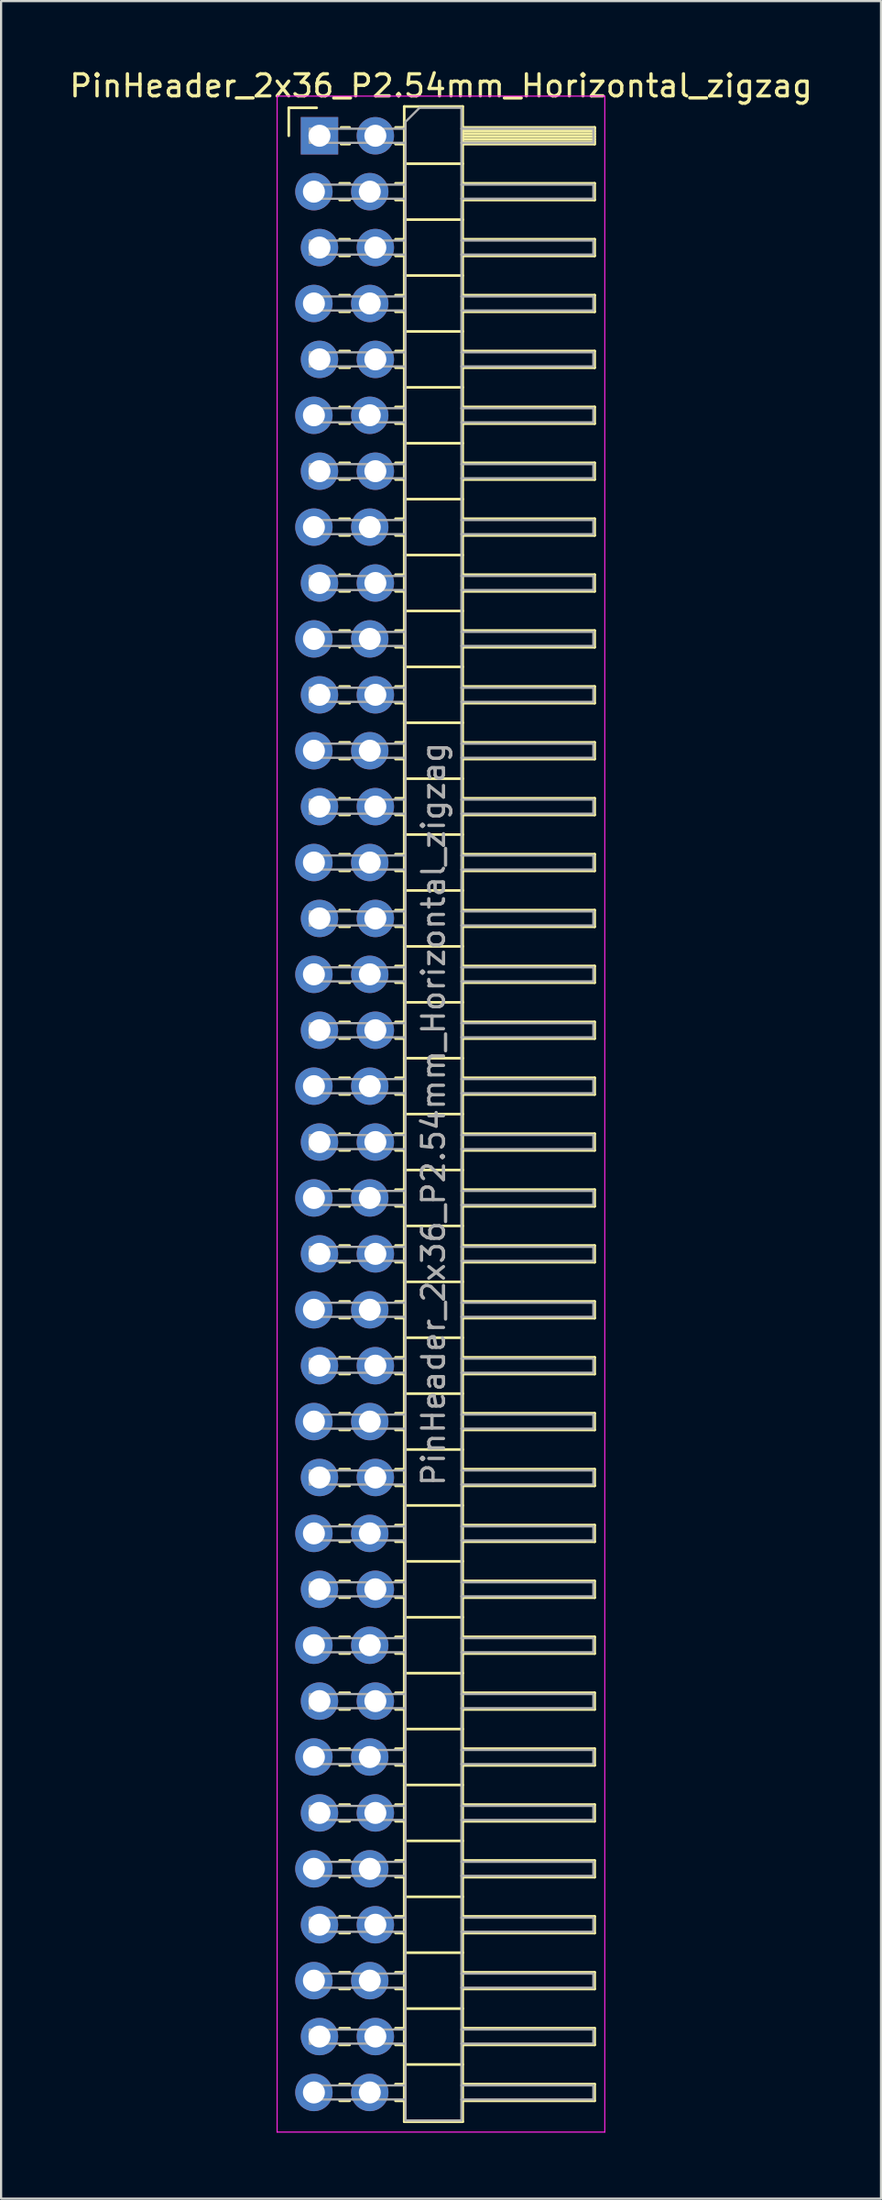
<source format=kicad_pcb>
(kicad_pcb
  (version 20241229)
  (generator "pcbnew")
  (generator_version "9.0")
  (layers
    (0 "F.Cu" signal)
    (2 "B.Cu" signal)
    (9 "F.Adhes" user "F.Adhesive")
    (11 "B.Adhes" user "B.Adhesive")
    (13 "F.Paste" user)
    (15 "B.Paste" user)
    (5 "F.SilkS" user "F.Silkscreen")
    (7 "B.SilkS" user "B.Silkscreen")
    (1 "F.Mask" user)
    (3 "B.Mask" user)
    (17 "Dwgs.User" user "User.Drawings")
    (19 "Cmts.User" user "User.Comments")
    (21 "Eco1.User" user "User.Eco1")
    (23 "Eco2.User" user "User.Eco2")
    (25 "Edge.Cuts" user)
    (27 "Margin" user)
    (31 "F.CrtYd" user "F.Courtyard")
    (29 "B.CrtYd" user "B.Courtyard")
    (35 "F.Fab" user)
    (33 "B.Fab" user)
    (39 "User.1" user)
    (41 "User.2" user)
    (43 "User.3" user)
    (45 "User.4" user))
  (footprint "PinHeader_2x36_P2.54mm_Horizontal_zigzag"
    (layer "F.Cu")
    (at 11.351 3.118)
    (property "Reference" "PinHeader_2x36_P2.54mm_Horizontal_zigzag" (at 5.655 -2.27 0) (layer "F.SilkS") (effects (font (size 1 1) (thickness 0.15))))
    (attr through_hole)
    (fp_line (start -1.27 -1.27) (end 0 -1.27) (stroke (width 0.12) (type solid)) (layer "F.SilkS"))
    (fp_line (start -1.27 0) (end -1.27 -1.27) (stroke (width 0.12) (type solid)) (layer "F.SilkS"))
    (fp_line (start 1.043 2.16) (end 1.497 2.16) (stroke (width 0.12) (type solid)) (layer "F.SilkS"))
    (fp_line (start 1.043 2.92) (end 1.497 2.92) (stroke (width 0.12) (type solid)) (layer "F.SilkS"))
    (fp_line (start 1.043 4.7) (end 1.497 4.7) (stroke (width 0.12) (type solid)) (layer "F.SilkS"))
    (fp_line (start 1.043 5.46) (end 1.497 5.46) (stroke (width 0.12) (type solid)) (layer "F.SilkS"))
    (fp_line (start 1.043 7.24) (end 1.497 7.24) (stroke (width 0.12) (type solid)) (layer "F.SilkS"))
    (fp_line (start 1.043 8) (end 1.497 8) (stroke (width 0.12) (type solid)) (layer "F.SilkS"))
    (fp_line (start 1.043 9.78) (end 1.497 9.78) (stroke (width 0.12) (type solid)) (layer "F.SilkS"))
    (fp_line (start 1.043 10.54) (end 1.497 10.54) (stroke (width 0.12) (type solid)) (layer "F.SilkS"))
    (fp_line (start 1.043 12.32) (end 1.497 12.32) (stroke (width 0.12) (type solid)) (layer "F.SilkS"))
    (fp_line (start 1.043 13.08) (end 1.497 13.08) (stroke (width 0.12) (type solid)) (layer "F.SilkS"))
    (fp_line (start 1.043 14.86) (end 1.497 14.86) (stroke (width 0.12) (type solid)) (layer "F.SilkS"))
    (fp_line (start 1.043 15.62) (end 1.497 15.62) (stroke (width 0.12) (type solid)) (layer "F.SilkS"))
    (fp_line (start 1.043 17.4) (end 1.497 17.4) (stroke (width 0.12) (type solid)) (layer "F.SilkS"))
    (fp_line (start 1.043 18.16) (end 1.497 18.16) (stroke (width 0.12) (type solid)) (layer "F.SilkS"))
    (fp_line (start 1.043 19.94) (end 1.497 19.94) (stroke (width 0.12) (type solid)) (layer "F.SilkS"))
    (fp_line (start 1.043 20.7) (end 1.497 20.7) (stroke (width 0.12) (type solid)) (layer "F.SilkS"))
    (fp_line (start 1.043 22.48) (end 1.497 22.48) (stroke (width 0.12) (type solid)) (layer "F.SilkS"))
    (fp_line (start 1.043 23.24) (end 1.497 23.24) (stroke (width 0.12) (type solid)) (layer "F.SilkS"))
    (fp_line (start 1.043 25.02) (end 1.497 25.02) (stroke (width 0.12) (type solid)) (layer "F.SilkS"))
    (fp_line (start 1.043 25.78) (end 1.497 25.78) (stroke (width 0.12) (type solid)) (layer "F.SilkS"))
    (fp_line (start 1.043 27.56) (end 1.497 27.56) (stroke (width 0.12) (type solid)) (layer "F.SilkS"))
    (fp_line (start 1.043 28.32) (end 1.497 28.32) (stroke (width 0.12) (type solid)) (layer "F.SilkS"))
    (fp_line (start 1.043 30.1) (end 1.497 30.1) (stroke (width 0.12) (type solid)) (layer "F.SilkS"))
    (fp_line (start 1.043 30.86) (end 1.497 30.86) (stroke (width 0.12) (type solid)) (layer "F.SilkS"))
    (fp_line (start 1.043 32.64) (end 1.497 32.64) (stroke (width 0.12) (type solid)) (layer "F.SilkS"))
    (fp_line (start 1.043 33.4) (end 1.497 33.4) (stroke (width 0.12) (type solid)) (layer "F.SilkS"))
    (fp_line (start 1.043 35.18) (end 1.497 35.18) (stroke (width 0.12) (type solid)) (layer "F.SilkS"))
    (fp_line (start 1.043 35.94) (end 1.497 35.94) (stroke (width 0.12) (type solid)) (layer "F.SilkS"))
    (fp_line (start 1.043 37.72) (end 1.497 37.72) (stroke (width 0.12) (type solid)) (layer "F.SilkS"))
    (fp_line (start 1.043 38.48) (end 1.497 38.48) (stroke (width 0.12) (type solid)) (layer "F.SilkS"))
    (fp_line (start 1.043 40.26) (end 1.497 40.26) (stroke (width 0.12) (type solid)) (layer "F.SilkS"))
    (fp_line (start 1.043 41.02) (end 1.497 41.02) (stroke (width 0.12) (type solid)) (layer "F.SilkS"))
    (fp_line (start 1.043 42.8) (end 1.497 42.8) (stroke (width 0.12) (type solid)) (layer "F.SilkS"))
    (fp_line (start 1.043 43.56) (end 1.497 43.56) (stroke (width 0.12) (type solid)) (layer "F.SilkS"))
    (fp_line (start 1.043 45.34) (end 1.497 45.34) (stroke (width 0.12) (type solid)) (layer "F.SilkS"))
    (fp_line (start 1.043 46.1) (end 1.497 46.1) (stroke (width 0.12) (type solid)) (layer "F.SilkS"))
    (fp_line (start 1.043 47.88) (end 1.497 47.88) (stroke (width 0.12) (type solid)) (layer "F.SilkS"))
    (fp_line (start 1.043 48.64) (end 1.497 48.64) (stroke (width 0.12) (type solid)) (layer "F.SilkS"))
    (fp_line (start 1.043 50.42) (end 1.497 50.42) (stroke (width 0.12) (type solid)) (layer "F.SilkS"))
    (fp_line (start 1.043 51.18) (end 1.497 51.18) (stroke (width 0.12) (type solid)) (layer "F.SilkS"))
    (fp_line (start 1.043 52.96) (end 1.497 52.96) (stroke (width 0.12) (type solid)) (layer "F.SilkS"))
    (fp_line (start 1.043 53.72) (end 1.497 53.72) (stroke (width 0.12) (type solid)) (layer "F.SilkS"))
    (fp_line (start 1.043 55.5) (end 1.497 55.5) (stroke (width 0.12) (type solid)) (layer "F.SilkS"))
    (fp_line (start 1.043 56.26) (end 1.497 56.26) (stroke (width 0.12) (type solid)) (layer "F.SilkS"))
    (fp_line (start 1.043 58.04) (end 1.497 58.04) (stroke (width 0.12) (type solid)) (layer "F.SilkS"))
    (fp_line (start 1.043 58.8) (end 1.497 58.8) (stroke (width 0.12) (type solid)) (layer "F.SilkS"))
    (fp_line (start 1.043 60.58) (end 1.497 60.58) (stroke (width 0.12) (type solid)) (layer "F.SilkS"))
    (fp_line (start 1.043 61.34) (end 1.497 61.34) (stroke (width 0.12) (type solid)) (layer "F.SilkS"))
    (fp_line (start 1.043 63.12) (end 1.497 63.12) (stroke (width 0.12) (type solid)) (layer "F.SilkS"))
    (fp_line (start 1.043 63.88) (end 1.497 63.88) (stroke (width 0.12) (type solid)) (layer "F.SilkS"))
    (fp_line (start 1.043 65.66) (end 1.497 65.66) (stroke (width 0.12) (type solid)) (layer "F.SilkS"))
    (fp_line (start 1.043 66.42) (end 1.497 66.42) (stroke (width 0.12) (type solid)) (layer "F.SilkS"))
    (fp_line (start 1.043 68.2) (end 1.497 68.2) (stroke (width 0.12) (type solid)) (layer "F.SilkS"))
    (fp_line (start 1.043 68.96) (end 1.497 68.96) (stroke (width 0.12) (type solid)) (layer "F.SilkS"))
    (fp_line (start 1.043 70.74) (end 1.497 70.74) (stroke (width 0.12) (type solid)) (layer "F.SilkS"))
    (fp_line (start 1.043 71.5) (end 1.497 71.5) (stroke (width 0.12) (type solid)) (layer "F.SilkS"))
    (fp_line (start 1.043 73.28) (end 1.497 73.28) (stroke (width 0.12) (type solid)) (layer "F.SilkS"))
    (fp_line (start 1.043 74.04) (end 1.497 74.04) (stroke (width 0.12) (type solid)) (layer "F.SilkS"))
    (fp_line (start 1.043 75.82) (end 1.497 75.82) (stroke (width 0.12) (type solid)) (layer "F.SilkS"))
    (fp_line (start 1.043 76.58) (end 1.497 76.58) (stroke (width 0.12) (type solid)) (layer "F.SilkS"))
    (fp_line (start 1.043 78.36) (end 1.497 78.36) (stroke (width 0.12) (type solid)) (layer "F.SilkS"))
    (fp_line (start 1.043 79.12) (end 1.497 79.12) (stroke (width 0.12) (type solid)) (layer "F.SilkS"))
    (fp_line (start 1.043 80.9) (end 1.497 80.9) (stroke (width 0.12) (type solid)) (layer "F.SilkS"))
    (fp_line (start 1.043 81.66) (end 1.497 81.66) (stroke (width 0.12) (type solid)) (layer "F.SilkS"))
    (fp_line (start 1.043 83.44) (end 1.497 83.44) (stroke (width 0.12) (type solid)) (layer "F.SilkS"))
    (fp_line (start 1.043 84.2) (end 1.497 84.2) (stroke (width 0.12) (type solid)) (layer "F.SilkS"))
    (fp_line (start 1.043 85.98) (end 1.497 85.98) (stroke (width 0.12) (type solid)) (layer "F.SilkS"))
    (fp_line (start 1.043 86.74) (end 1.497 86.74) (stroke (width 0.12) (type solid)) (layer "F.SilkS"))
    (fp_line (start 1.043 88.52) (end 1.497 88.52) (stroke (width 0.12) (type solid)) (layer "F.SilkS"))
    (fp_line (start 1.043 89.28) (end 1.497 89.28) (stroke (width 0.12) (type solid)) (layer "F.SilkS"))
    (fp_line (start 1.11 -0.38) (end 1.497 -0.38) (stroke (width 0.12) (type solid)) (layer "F.SilkS"))
    (fp_line (start 1.11 0.38) (end 1.497 0.38) (stroke (width 0.12) (type solid)) (layer "F.SilkS"))
    (fp_line (start 3.583 -0.38) (end 3.98 -0.38) (stroke (width 0.12) (type solid)) (layer "F.SilkS"))
    (fp_line (start 3.583 0.38) (end 3.98 0.38) (stroke (width 0.12) (type solid)) (layer "F.SilkS"))
    (fp_line (start 3.583 2.16) (end 3.98 2.16) (stroke (width 0.12) (type solid)) (layer "F.SilkS"))
    (fp_line (start 3.583 2.92) (end 3.98 2.92) (stroke (width 0.12) (type solid)) (layer "F.SilkS"))
    (fp_line (start 3.583 4.7) (end 3.98 4.7) (stroke (width 0.12) (type solid)) (layer "F.SilkS"))
    (fp_line (start 3.583 5.46) (end 3.98 5.46) (stroke (width 0.12) (type solid)) (layer "F.SilkS"))
    (fp_line (start 3.583 7.24) (end 3.98 7.24) (stroke (width 0.12) (type solid)) (layer "F.SilkS"))
    (fp_line (start 3.583 8) (end 3.98 8) (stroke (width 0.12) (type solid)) (layer "F.SilkS"))
    (fp_line (start 3.583 9.78) (end 3.98 9.78) (stroke (width 0.12) (type solid)) (layer "F.SilkS"))
    (fp_line (start 3.583 10.54) (end 3.98 10.54) (stroke (width 0.12) (type solid)) (layer "F.SilkS"))
    (fp_line (start 3.583 12.32) (end 3.98 12.32) (stroke (width 0.12) (type solid)) (layer "F.SilkS"))
    (fp_line (start 3.583 13.08) (end 3.98 13.08) (stroke (width 0.12) (type solid)) (layer "F.SilkS"))
    (fp_line (start 3.583 14.86) (end 3.98 14.86) (stroke (width 0.12) (type solid)) (layer "F.SilkS"))
    (fp_line (start 3.583 15.62) (end 3.98 15.62) (stroke (width 0.12) (type solid)) (layer "F.SilkS"))
    (fp_line (start 3.583 17.4) (end 3.98 17.4) (stroke (width 0.12) (type solid)) (layer "F.SilkS"))
    (fp_line (start 3.583 18.16) (end 3.98 18.16) (stroke (width 0.12) (type solid)) (layer "F.SilkS"))
    (fp_line (start 3.583 19.94) (end 3.98 19.94) (stroke (width 0.12) (type solid)) (layer "F.SilkS"))
    (fp_line (start 3.583 20.7) (end 3.98 20.7) (stroke (width 0.12) (type solid)) (layer "F.SilkS"))
    (fp_line (start 3.583 22.48) (end 3.98 22.48) (stroke (width 0.12) (type solid)) (layer "F.SilkS"))
    (fp_line (start 3.583 23.24) (end 3.98 23.24) (stroke (width 0.12) (type solid)) (layer "F.SilkS"))
    (fp_line (start 3.583 25.02) (end 3.98 25.02) (stroke (width 0.12) (type solid)) (layer "F.SilkS"))
    (fp_line (start 3.583 25.78) (end 3.98 25.78) (stroke (width 0.12) (type solid)) (layer "F.SilkS"))
    (fp_line (start 3.583 27.56) (end 3.98 27.56) (stroke (width 0.12) (type solid)) (layer "F.SilkS"))
    (fp_line (start 3.583 28.32) (end 3.98 28.32) (stroke (width 0.12) (type solid)) (layer "F.SilkS"))
    (fp_line (start 3.583 30.1) (end 3.98 30.1) (stroke (width 0.12) (type solid)) (layer "F.SilkS"))
    (fp_line (start 3.583 30.86) (end 3.98 30.86) (stroke (width 0.12) (type solid)) (layer "F.SilkS"))
    (fp_line (start 3.583 32.64) (end 3.98 32.64) (stroke (width 0.12) (type solid)) (layer "F.SilkS"))
    (fp_line (start 3.583 33.4) (end 3.98 33.4) (stroke (width 0.12) (type solid)) (layer "F.SilkS"))
    (fp_line (start 3.583 35.18) (end 3.98 35.18) (stroke (width 0.12) (type solid)) (layer "F.SilkS"))
    (fp_line (start 3.583 35.94) (end 3.98 35.94) (stroke (width 0.12) (type solid)) (layer "F.SilkS"))
    (fp_line (start 3.583 37.72) (end 3.98 37.72) (stroke (width 0.12) (type solid)) (layer "F.SilkS"))
    (fp_line (start 3.583 38.48) (end 3.98 38.48) (stroke (width 0.12) (type solid)) (layer "F.SilkS"))
    (fp_line (start 3.583 40.26) (end 3.98 40.26) (stroke (width 0.12) (type solid)) (layer "F.SilkS"))
    (fp_line (start 3.583 41.02) (end 3.98 41.02) (stroke (width 0.12) (type solid)) (layer "F.SilkS"))
    (fp_line (start 3.583 42.8) (end 3.98 42.8) (stroke (width 0.12) (type solid)) (layer "F.SilkS"))
    (fp_line (start 3.583 43.56) (end 3.98 43.56) (stroke (width 0.12) (type solid)) (layer "F.SilkS"))
    (fp_line (start 3.583 45.34) (end 3.98 45.34) (stroke (width 0.12) (type solid)) (layer "F.SilkS"))
    (fp_line (start 3.583 46.1) (end 3.98 46.1) (stroke (width 0.12) (type solid)) (layer "F.SilkS"))
    (fp_line (start 3.583 47.88) (end 3.98 47.88) (stroke (width 0.12) (type solid)) (layer "F.SilkS"))
    (fp_line (start 3.583 48.64) (end 3.98 48.64) (stroke (width 0.12) (type solid)) (layer "F.SilkS"))
    (fp_line (start 3.583 50.42) (end 3.98 50.42) (stroke (width 0.12) (type solid)) (layer "F.SilkS"))
    (fp_line (start 3.583 51.18) (end 3.98 51.18) (stroke (width 0.12) (type solid)) (layer "F.SilkS"))
    (fp_line (start 3.583 52.96) (end 3.98 52.96) (stroke (width 0.12) (type solid)) (layer "F.SilkS"))
    (fp_line (start 3.583 53.72) (end 3.98 53.72) (stroke (width 0.12) (type solid)) (layer "F.SilkS"))
    (fp_line (start 3.583 55.5) (end 3.98 55.5) (stroke (width 0.12) (type solid)) (layer "F.SilkS"))
    (fp_line (start 3.583 56.26) (end 3.98 56.26) (stroke (width 0.12) (type solid)) (layer "F.SilkS"))
    (fp_line (start 3.583 58.04) (end 3.98 58.04) (stroke (width 0.12) (type solid)) (layer "F.SilkS"))
    (fp_line (start 3.583 58.8) (end 3.98 58.8) (stroke (width 0.12) (type solid)) (layer "F.SilkS"))
    (fp_line (start 3.583 60.58) (end 3.98 60.58) (stroke (width 0.12) (type solid)) (layer "F.SilkS"))
    (fp_line (start 3.583 61.34) (end 3.98 61.34) (stroke (width 0.12) (type solid)) (layer "F.SilkS"))
    (fp_line (start 3.583 63.12) (end 3.98 63.12) (stroke (width 0.12) (type solid)) (layer "F.SilkS"))
    (fp_line (start 3.583 63.88) (end 3.98 63.88) (stroke (width 0.12) (type solid)) (layer "F.SilkS"))
    (fp_line (start 3.583 65.66) (end 3.98 65.66) (stroke (width 0.12) (type solid)) (layer "F.SilkS"))
    (fp_line (start 3.583 66.42) (end 3.98 66.42) (stroke (width 0.12) (type solid)) (layer "F.SilkS"))
    (fp_line (start 3.583 68.2) (end 3.98 68.2) (stroke (width 0.12) (type solid)) (layer "F.SilkS"))
    (fp_line (start 3.583 68.96) (end 3.98 68.96) (stroke (width 0.12) (type solid)) (layer "F.SilkS"))
    (fp_line (start 3.583 70.74) (end 3.98 70.74) (stroke (width 0.12) (type solid)) (layer "F.SilkS"))
    (fp_line (start 3.583 71.5) (end 3.98 71.5) (stroke (width 0.12) (type solid)) (layer "F.SilkS"))
    (fp_line (start 3.583 73.28) (end 3.98 73.28) (stroke (width 0.12) (type solid)) (layer "F.SilkS"))
    (fp_line (start 3.583 74.04) (end 3.98 74.04) (stroke (width 0.12) (type solid)) (layer "F.SilkS"))
    (fp_line (start 3.583 75.82) (end 3.98 75.82) (stroke (width 0.12) (type solid)) (layer "F.SilkS"))
    (fp_line (start 3.583 76.58) (end 3.98 76.58) (stroke (width 0.12) (type solid)) (layer "F.SilkS"))
    (fp_line (start 3.583 78.36) (end 3.98 78.36) (stroke (width 0.12) (type solid)) (layer "F.SilkS"))
    (fp_line (start 3.583 79.12) (end 3.98 79.12) (stroke (width 0.12) (type solid)) (layer "F.SilkS"))
    (fp_line (start 3.583 80.9) (end 3.98 80.9) (stroke (width 0.12) (type solid)) (layer "F.SilkS"))
    (fp_line (start 3.583 81.66) (end 3.98 81.66) (stroke (width 0.12) (type solid)) (layer "F.SilkS"))
    (fp_line (start 3.583 83.44) (end 3.98 83.44) (stroke (width 0.12) (type solid)) (layer "F.SilkS"))
    (fp_line (start 3.583 84.2) (end 3.98 84.2) (stroke (width 0.12) (type solid)) (layer "F.SilkS"))
    (fp_line (start 3.583 85.98) (end 3.98 85.98) (stroke (width 0.12) (type solid)) (layer "F.SilkS"))
    (fp_line (start 3.583 86.74) (end 3.98 86.74) (stroke (width 0.12) (type solid)) (layer "F.SilkS"))
    (fp_line (start 3.583 88.52) (end 3.98 88.52) (stroke (width 0.12) (type solid)) (layer "F.SilkS"))
    (fp_line (start 3.583 89.28) (end 3.98 89.28) (stroke (width 0.12) (type solid)) (layer "F.SilkS"))
    (fp_line (start 3.98 -1.33) (end 3.98 90.23) (stroke (width 0.12) (type solid)) (layer "F.SilkS"))
    (fp_line (start 3.98 1.27) (end 6.64 1.27) (stroke (width 0.12) (type solid)) (layer "F.SilkS"))
    (fp_line (start 3.98 3.81) (end 6.64 3.81) (stroke (width 0.12) (type solid)) (layer "F.SilkS"))
    (fp_line (start 3.98 6.35) (end 6.64 6.35) (stroke (width 0.12) (type solid)) (layer "F.SilkS"))
    (fp_line (start 3.98 8.89) (end 6.64 8.89) (stroke (width 0.12) (type solid)) (layer "F.SilkS"))
    (fp_line (start 3.98 11.43) (end 6.64 11.43) (stroke (width 0.12) (type solid)) (layer "F.SilkS"))
    (fp_line (start 3.98 13.97) (end 6.64 13.97) (stroke (width 0.12) (type solid)) (layer "F.SilkS"))
    (fp_line (start 3.98 16.51) (end 6.64 16.51) (stroke (width 0.12) (type solid)) (layer "F.SilkS"))
    (fp_line (start 3.98 19.05) (end 6.64 19.05) (stroke (width 0.12) (type solid)) (layer "F.SilkS"))
    (fp_line (start 3.98 21.59) (end 6.64 21.59) (stroke (width 0.12) (type solid)) (layer "F.SilkS"))
    (fp_line (start 3.98 24.13) (end 6.64 24.13) (stroke (width 0.12) (type solid)) (layer "F.SilkS"))
    (fp_line (start 3.98 26.67) (end 6.64 26.67) (stroke (width 0.12) (type solid)) (layer "F.SilkS"))
    (fp_line (start 3.98 29.21) (end 6.64 29.21) (stroke (width 0.12) (type solid)) (layer "F.SilkS"))
    (fp_line (start 3.98 31.75) (end 6.64 31.75) (stroke (width 0.12) (type solid)) (layer "F.SilkS"))
    (fp_line (start 3.98 34.29) (end 6.64 34.29) (stroke (width 0.12) (type solid)) (layer "F.SilkS"))
    (fp_line (start 3.98 36.83) (end 6.64 36.83) (stroke (width 0.12) (type solid)) (layer "F.SilkS"))
    (fp_line (start 3.98 39.37) (end 6.64 39.37) (stroke (width 0.12) (type solid)) (layer "F.SilkS"))
    (fp_line (start 3.98 41.91) (end 6.64 41.91) (stroke (width 0.12) (type solid)) (layer "F.SilkS"))
    (fp_line (start 3.98 44.45) (end 6.64 44.45) (stroke (width 0.12) (type solid)) (layer "F.SilkS"))
    (fp_line (start 3.98 46.99) (end 6.64 46.99) (stroke (width 0.12) (type solid)) (layer "F.SilkS"))
    (fp_line (start 3.98 49.53) (end 6.64 49.53) (stroke (width 0.12) (type solid)) (layer "F.SilkS"))
    (fp_line (start 3.98 52.07) (end 6.64 52.07) (stroke (width 0.12) (type solid)) (layer "F.SilkS"))
    (fp_line (start 3.98 54.61) (end 6.64 54.61) (stroke (width 0.12) (type solid)) (layer "F.SilkS"))
    (fp_line (start 3.98 57.15) (end 6.64 57.15) (stroke (width 0.12) (type solid)) (layer "F.SilkS"))
    (fp_line (start 3.98 59.69) (end 6.64 59.69) (stroke (width 0.12) (type solid)) (layer "F.SilkS"))
    (fp_line (start 3.98 62.23) (end 6.64 62.23) (stroke (width 0.12) (type solid)) (layer "F.SilkS"))
    (fp_line (start 3.98 64.77) (end 6.64 64.77) (stroke (width 0.12) (type solid)) (layer "F.SilkS"))
    (fp_line (start 3.98 67.31) (end 6.64 67.31) (stroke (width 0.12) (type solid)) (layer "F.SilkS"))
    (fp_line (start 3.98 69.85) (end 6.64 69.85) (stroke (width 0.12) (type solid)) (layer "F.SilkS"))
    (fp_line (start 3.98 72.39) (end 6.64 72.39) (stroke (width 0.12) (type solid)) (layer "F.SilkS"))
    (fp_line (start 3.98 74.93) (end 6.64 74.93) (stroke (width 0.12) (type solid)) (layer "F.SilkS"))
    (fp_line (start 3.98 77.47) (end 6.64 77.47) (stroke (width 0.12) (type solid)) (layer "F.SilkS"))
    (fp_line (start 3.98 80.01) (end 6.64 80.01) (stroke (width 0.12) (type solid)) (layer "F.SilkS"))
    (fp_line (start 3.98 82.55) (end 6.64 82.55) (stroke (width 0.12) (type solid)) (layer "F.SilkS"))
    (fp_line (start 3.98 85.09) (end 6.64 85.09) (stroke (width 0.12) (type solid)) (layer "F.SilkS"))
    (fp_line (start 3.98 87.63) (end 6.64 87.63) (stroke (width 0.12) (type solid)) (layer "F.SilkS"))
    (fp_line (start 3.98 90.23) (end 6.64 90.23) (stroke (width 0.12) (type solid)) (layer "F.SilkS"))
    (fp_line (start 6.64 -1.33) (end 3.98 -1.33) (stroke (width 0.12) (type solid)) (layer "F.SilkS"))
    (fp_line (start 6.64 -0.38) (end 12.64 -0.38) (stroke (width 0.12) (type solid)) (layer "F.SilkS"))
    (fp_line (start 6.64 -0.32) (end 12.64 -0.32) (stroke (width 0.12) (type solid)) (layer "F.SilkS"))
    (fp_line (start 6.64 -0.2) (end 12.64 -0.2) (stroke (width 0.12) (type solid)) (layer "F.SilkS"))
    (fp_line (start 6.64 -0.08) (end 12.64 -0.08) (stroke (width 0.12) (type solid)) (layer "F.SilkS"))
    (fp_line (start 6.64 0.04) (end 12.64 0.04) (stroke (width 0.12) (type solid)) (layer "F.SilkS"))
    (fp_line (start 6.64 0.16) (end 12.64 0.16) (stroke (width 0.12) (type solid)) (layer "F.SilkS"))
    (fp_line (start 6.64 0.28) (end 12.64 0.28) (stroke (width 0.12) (type solid)) (layer "F.SilkS"))
    (fp_line (start 6.64 2.16) (end 12.64 2.16) (stroke (width 0.12) (type solid)) (layer "F.SilkS"))
    (fp_line (start 6.64 4.7) (end 12.64 4.7) (stroke (width 0.12) (type solid)) (layer "F.SilkS"))
    (fp_line (start 6.64 7.24) (end 12.64 7.24) (stroke (width 0.12) (type solid)) (layer "F.SilkS"))
    (fp_line (start 6.64 9.78) (end 12.64 9.78) (stroke (width 0.12) (type solid)) (layer "F.SilkS"))
    (fp_line (start 6.64 12.32) (end 12.64 12.32) (stroke (width 0.12) (type solid)) (layer "F.SilkS"))
    (fp_line (start 6.64 14.86) (end 12.64 14.86) (stroke (width 0.12) (type solid)) (layer "F.SilkS"))
    (fp_line (start 6.64 17.4) (end 12.64 17.4) (stroke (width 0.12) (type solid)) (layer "F.SilkS"))
    (fp_line (start 6.64 19.94) (end 12.64 19.94) (stroke (width 0.12) (type solid)) (layer "F.SilkS"))
    (fp_line (start 6.64 22.48) (end 12.64 22.48) (stroke (width 0.12) (type solid)) (layer "F.SilkS"))
    (fp_line (start 6.64 25.02) (end 12.64 25.02) (stroke (width 0.12) (type solid)) (layer "F.SilkS"))
    (fp_line (start 6.64 27.56) (end 12.64 27.56) (stroke (width 0.12) (type solid)) (layer "F.SilkS"))
    (fp_line (start 6.64 30.1) (end 12.64 30.1) (stroke (width 0.12) (type solid)) (layer "F.SilkS"))
    (fp_line (start 6.64 32.64) (end 12.64 32.64) (stroke (width 0.12) (type solid)) (layer "F.SilkS"))
    (fp_line (start 6.64 35.18) (end 12.64 35.18) (stroke (width 0.12) (type solid)) (layer "F.SilkS"))
    (fp_line (start 6.64 37.72) (end 12.64 37.72) (stroke (width 0.12) (type solid)) (layer "F.SilkS"))
    (fp_line (start 6.64 40.26) (end 12.64 40.26) (stroke (width 0.12) (type solid)) (layer "F.SilkS"))
    (fp_line (start 6.64 42.8) (end 12.64 42.8) (stroke (width 0.12) (type solid)) (layer "F.SilkS"))
    (fp_line (start 6.64 45.34) (end 12.64 45.34) (stroke (width 0.12) (type solid)) (layer "F.SilkS"))
    (fp_line (start 6.64 47.88) (end 12.64 47.88) (stroke (width 0.12) (type solid)) (layer "F.SilkS"))
    (fp_line (start 6.64 50.42) (end 12.64 50.42) (stroke (width 0.12) (type solid)) (layer "F.SilkS"))
    (fp_line (start 6.64 52.96) (end 12.64 52.96) (stroke (width 0.12) (type solid)) (layer "F.SilkS"))
    (fp_line (start 6.64 55.5) (end 12.64 55.5) (stroke (width 0.12) (type solid)) (layer "F.SilkS"))
    (fp_line (start 6.64 58.04) (end 12.64 58.04) (stroke (width 0.12) (type solid)) (layer "F.SilkS"))
    (fp_line (start 6.64 60.58) (end 12.64 60.58) (stroke (width 0.12) (type solid)) (layer "F.SilkS"))
    (fp_line (start 6.64 63.12) (end 12.64 63.12) (stroke (width 0.12) (type solid)) (layer "F.SilkS"))
    (fp_line (start 6.64 65.66) (end 12.64 65.66) (stroke (width 0.12) (type solid)) (layer "F.SilkS"))
    (fp_line (start 6.64 68.2) (end 12.64 68.2) (stroke (width 0.12) (type solid)) (layer "F.SilkS"))
    (fp_line (start 6.64 70.74) (end 12.64 70.74) (stroke (width 0.12) (type solid)) (layer "F.SilkS"))
    (fp_line (start 6.64 73.28) (end 12.64 73.28) (stroke (width 0.12) (type solid)) (layer "F.SilkS"))
    (fp_line (start 6.64 75.82) (end 12.64 75.82) (stroke (width 0.12) (type solid)) (layer "F.SilkS"))
    (fp_line (start 6.64 78.36) (end 12.64 78.36) (stroke (width 0.12) (type solid)) (layer "F.SilkS"))
    (fp_line (start 6.64 80.9) (end 12.64 80.9) (stroke (width 0.12) (type solid)) (layer "F.SilkS"))
    (fp_line (start 6.64 83.44) (end 12.64 83.44) (stroke (width 0.12) (type solid)) (layer "F.SilkS"))
    (fp_line (start 6.64 85.98) (end 12.64 85.98) (stroke (width 0.12) (type solid)) (layer "F.SilkS"))
    (fp_line (start 6.64 88.52) (end 12.64 88.52) (stroke (width 0.12) (type solid)) (layer "F.SilkS"))
    (fp_line (start 6.64 90.23) (end 6.64 -1.33) (stroke (width 0.12) (type solid)) (layer "F.SilkS"))
    (fp_line (start 12.64 -0.38) (end 12.64 0.38) (stroke (width 0.12) (type solid)) (layer "F.SilkS"))
    (fp_line (start 12.64 0.38) (end 6.64 0.38) (stroke (width 0.12) (type solid)) (layer "F.SilkS"))
    (fp_line (start 12.64 2.16) (end 12.64 2.92) (stroke (width 0.12) (type solid)) (layer "F.SilkS"))
    (fp_line (start 12.64 2.92) (end 6.64 2.92) (stroke (width 0.12) (type solid)) (layer "F.SilkS"))
    (fp_line (start 12.64 4.7) (end 12.64 5.46) (stroke (width 0.12) (type solid)) (layer "F.SilkS"))
    (fp_line (start 12.64 5.46) (end 6.64 5.46) (stroke (width 0.12) (type solid)) (layer "F.SilkS"))
    (fp_line (start 12.64 7.24) (end 12.64 8) (stroke (width 0.12) (type solid)) (layer "F.SilkS"))
    (fp_line (start 12.64 8) (end 6.64 8) (stroke (width 0.12) (type solid)) (layer "F.SilkS"))
    (fp_line (start 12.64 9.78) (end 12.64 10.54) (stroke (width 0.12) (type solid)) (layer "F.SilkS"))
    (fp_line (start 12.64 10.54) (end 6.64 10.54) (stroke (width 0.12) (type solid)) (layer "F.SilkS"))
    (fp_line (start 12.64 12.32) (end 12.64 13.08) (stroke (width 0.12) (type solid)) (layer "F.SilkS"))
    (fp_line (start 12.64 13.08) (end 6.64 13.08) (stroke (width 0.12) (type solid)) (layer "F.SilkS"))
    (fp_line (start 12.64 14.86) (end 12.64 15.62) (stroke (width 0.12) (type solid)) (layer "F.SilkS"))
    (fp_line (start 12.64 15.62) (end 6.64 15.62) (stroke (width 0.12) (type solid)) (layer "F.SilkS"))
    (fp_line (start 12.64 17.4) (end 12.64 18.16) (stroke (width 0.12) (type solid)) (layer "F.SilkS"))
    (fp_line (start 12.64 18.16) (end 6.64 18.16) (stroke (width 0.12) (type solid)) (layer "F.SilkS"))
    (fp_line (start 12.64 19.94) (end 12.64 20.7) (stroke (width 0.12) (type solid)) (layer "F.SilkS"))
    (fp_line (start 12.64 20.7) (end 6.64 20.7) (stroke (width 0.12) (type solid)) (layer "F.SilkS"))
    (fp_line (start 12.64 22.48) (end 12.64 23.24) (stroke (width 0.12) (type solid)) (layer "F.SilkS"))
    (fp_line (start 12.64 23.24) (end 6.64 23.24) (stroke (width 0.12) (type solid)) (layer "F.SilkS"))
    (fp_line (start 12.64 25.02) (end 12.64 25.78) (stroke (width 0.12) (type solid)) (layer "F.SilkS"))
    (fp_line (start 12.64 25.78) (end 6.64 25.78) (stroke (width 0.12) (type solid)) (layer "F.SilkS"))
    (fp_line (start 12.64 27.56) (end 12.64 28.32) (stroke (width 0.12) (type solid)) (layer "F.SilkS"))
    (fp_line (start 12.64 28.32) (end 6.64 28.32) (stroke (width 0.12) (type solid)) (layer "F.SilkS"))
    (fp_line (start 12.64 30.1) (end 12.64 30.86) (stroke (width 0.12) (type solid)) (layer "F.SilkS"))
    (fp_line (start 12.64 30.86) (end 6.64 30.86) (stroke (width 0.12) (type solid)) (layer "F.SilkS"))
    (fp_line (start 12.64 32.64) (end 12.64 33.4) (stroke (width 0.12) (type solid)) (layer "F.SilkS"))
    (fp_line (start 12.64 33.4) (end 6.64 33.4) (stroke (width 0.12) (type solid)) (layer "F.SilkS"))
    (fp_line (start 12.64 35.18) (end 12.64 35.94) (stroke (width 0.12) (type solid)) (layer "F.SilkS"))
    (fp_line (start 12.64 35.94) (end 6.64 35.94) (stroke (width 0.12) (type solid)) (layer "F.SilkS"))
    (fp_line (start 12.64 37.72) (end 12.64 38.48) (stroke (width 0.12) (type solid)) (layer "F.SilkS"))
    (fp_line (start 12.64 38.48) (end 6.64 38.48) (stroke (width 0.12) (type solid)) (layer "F.SilkS"))
    (fp_line (start 12.64 40.26) (end 12.64 41.02) (stroke (width 0.12) (type solid)) (layer "F.SilkS"))
    (fp_line (start 12.64 41.02) (end 6.64 41.02) (stroke (width 0.12) (type solid)) (layer "F.SilkS"))
    (fp_line (start 12.64 42.8) (end 12.64 43.56) (stroke (width 0.12) (type solid)) (layer "F.SilkS"))
    (fp_line (start 12.64 43.56) (end 6.64 43.56) (stroke (width 0.12) (type solid)) (layer "F.SilkS"))
    (fp_line (start 12.64 45.34) (end 12.64 46.1) (stroke (width 0.12) (type solid)) (layer "F.SilkS"))
    (fp_line (start 12.64 46.1) (end 6.64 46.1) (stroke (width 0.12) (type solid)) (layer "F.SilkS"))
    (fp_line (start 12.64 47.88) (end 12.64 48.64) (stroke (width 0.12) (type solid)) (layer "F.SilkS"))
    (fp_line (start 12.64 48.64) (end 6.64 48.64) (stroke (width 0.12) (type solid)) (layer "F.SilkS"))
    (fp_line (start 12.64 50.42) (end 12.64 51.18) (stroke (width 0.12) (type solid)) (layer "F.SilkS"))
    (fp_line (start 12.64 51.18) (end 6.64 51.18) (stroke (width 0.12) (type solid)) (layer "F.SilkS"))
    (fp_line (start 12.64 52.96) (end 12.64 53.72) (stroke (width 0.12) (type solid)) (layer "F.SilkS"))
    (fp_line (start 12.64 53.72) (end 6.64 53.72) (stroke (width 0.12) (type solid)) (layer "F.SilkS"))
    (fp_line (start 12.64 55.5) (end 12.64 56.26) (stroke (width 0.12) (type solid)) (layer "F.SilkS"))
    (fp_line (start 12.64 56.26) (end 6.64 56.26) (stroke (width 0.12) (type solid)) (layer "F.SilkS"))
    (fp_line (start 12.64 58.04) (end 12.64 58.8) (stroke (width 0.12) (type solid)) (layer "F.SilkS"))
    (fp_line (start 12.64 58.8) (end 6.64 58.8) (stroke (width 0.12) (type solid)) (layer "F.SilkS"))
    (fp_line (start 12.64 60.58) (end 12.64 61.34) (stroke (width 0.12) (type solid)) (layer "F.SilkS"))
    (fp_line (start 12.64 61.34) (end 6.64 61.34) (stroke (width 0.12) (type solid)) (layer "F.SilkS"))
    (fp_line (start 12.64 63.12) (end 12.64 63.88) (stroke (width 0.12) (type solid)) (layer "F.SilkS"))
    (fp_line (start 12.64 63.88) (end 6.64 63.88) (stroke (width 0.12) (type solid)) (layer "F.SilkS"))
    (fp_line (start 12.64 65.66) (end 12.64 66.42) (stroke (width 0.12) (type solid)) (layer "F.SilkS"))
    (fp_line (start 12.64 66.42) (end 6.64 66.42) (stroke (width 0.12) (type solid)) (layer "F.SilkS"))
    (fp_line (start 12.64 68.2) (end 12.64 68.96) (stroke (width 0.12) (type solid)) (layer "F.SilkS"))
    (fp_line (start 12.64 68.96) (end 6.64 68.96) (stroke (width 0.12) (type solid)) (layer "F.SilkS"))
    (fp_line (start 12.64 70.74) (end 12.64 71.5) (stroke (width 0.12) (type solid)) (layer "F.SilkS"))
    (fp_line (start 12.64 71.5) (end 6.64 71.5) (stroke (width 0.12) (type solid)) (layer "F.SilkS"))
    (fp_line (start 12.64 73.28) (end 12.64 74.04) (stroke (width 0.12) (type solid)) (layer "F.SilkS"))
    (fp_line (start 12.64 74.04) (end 6.64 74.04) (stroke (width 0.12) (type solid)) (layer "F.SilkS"))
    (fp_line (start 12.64 75.82) (end 12.64 76.58) (stroke (width 0.12) (type solid)) (layer "F.SilkS"))
    (fp_line (start 12.64 76.58) (end 6.64 76.58) (stroke (width 0.12) (type solid)) (layer "F.SilkS"))
    (fp_line (start 12.64 78.36) (end 12.64 79.12) (stroke (width 0.12) (type solid)) (layer "F.SilkS"))
    (fp_line (start 12.64 79.12) (end 6.64 79.12) (stroke (width 0.12) (type solid)) (layer "F.SilkS"))
    (fp_line (start 12.64 80.9) (end 12.64 81.66) (stroke (width 0.12) (type solid)) (layer "F.SilkS"))
    (fp_line (start 12.64 81.66) (end 6.64 81.66) (stroke (width 0.12) (type solid)) (layer "F.SilkS"))
    (fp_line (start 12.64 83.44) (end 12.64 84.2) (stroke (width 0.12) (type solid)) (layer "F.SilkS"))
    (fp_line (start 12.64 84.2) (end 6.64 84.2) (stroke (width 0.12) (type solid)) (layer "F.SilkS"))
    (fp_line (start 12.64 85.98) (end 12.64 86.74) (stroke (width 0.12) (type solid)) (layer "F.SilkS"))
    (fp_line (start 12.64 86.74) (end 6.64 86.74) (stroke (width 0.12) (type solid)) (layer "F.SilkS"))
    (fp_line (start 12.64 88.52) (end 12.64 89.28) (stroke (width 0.12) (type solid)) (layer "F.SilkS"))
    (fp_line (start 12.64 89.28) (end 6.64 89.28) (stroke (width 0.12) (type solid)) (layer "F.SilkS"))
    (fp_line (start -1.8 -1.8) (end -1.8 90.7) (stroke (width 0.05) (type solid)) (layer "F.CrtYd"))
    (fp_line (start -1.8 90.7) (end 13.1 90.7) (stroke (width 0.05) (type solid)) (layer "F.CrtYd"))
    (fp_line (start 13.1 -1.8) (end -1.8 -1.8) (stroke (width 0.05) (type solid)) (layer "F.CrtYd"))
    (fp_line (start 13.1 90.7) (end 13.1 -1.8) (stroke (width 0.05) (type solid)) (layer "F.CrtYd"))
    (fp_line (start -0.32 -0.32) (end -0.32 0.32) (stroke (width 0.1) (type solid)) (layer "F.Fab"))
    (fp_line (start -0.32 -0.32) (end 4.04 -0.32) (stroke (width 0.1) (type solid)) (layer "F.Fab"))
    (fp_line (start -0.32 0.32) (end 4.04 0.32) (stroke (width 0.1) (type solid)) (layer "F.Fab"))
    (fp_line (start -0.32 2.22) (end -0.32 2.86) (stroke (width 0.1) (type solid)) (layer "F.Fab"))
    (fp_line (start -0.32 2.22) (end 4.04 2.22) (stroke (width 0.1) (type solid)) (layer "F.Fab"))
    (fp_line (start -0.32 2.86) (end 4.04 2.86) (stroke (width 0.1) (type solid)) (layer "F.Fab"))
    (fp_line (start -0.32 4.76) (end -0.32 5.4) (stroke (width 0.1) (type solid)) (layer "F.Fab"))
    (fp_line (start -0.32 4.76) (end 4.04 4.76) (stroke (width 0.1) (type solid)) (layer "F.Fab"))
    (fp_line (start -0.32 5.4) (end 4.04 5.4) (stroke (width 0.1) (type solid)) (layer "F.Fab"))
    (fp_line (start -0.32 7.3) (end -0.32 7.94) (stroke (width 0.1) (type solid)) (layer "F.Fab"))
    (fp_line (start -0.32 7.3) (end 4.04 7.3) (stroke (width 0.1) (type solid)) (layer "F.Fab"))
    (fp_line (start -0.32 7.94) (end 4.04 7.94) (stroke (width 0.1) (type solid)) (layer "F.Fab"))
    (fp_line (start -0.32 9.84) (end -0.32 10.48) (stroke (width 0.1) (type solid)) (layer "F.Fab"))
    (fp_line (start -0.32 9.84) (end 4.04 9.84) (stroke (width 0.1) (type solid)) (layer "F.Fab"))
    (fp_line (start -0.32 10.48) (end 4.04 10.48) (stroke (width 0.1) (type solid)) (layer "F.Fab"))
    (fp_line (start -0.32 12.38) (end -0.32 13.02) (stroke (width 0.1) (type solid)) (layer "F.Fab"))
    (fp_line (start -0.32 12.38) (end 4.04 12.38) (stroke (width 0.1) (type solid)) (layer "F.Fab"))
    (fp_line (start -0.32 13.02) (end 4.04 13.02) (stroke (width 0.1) (type solid)) (layer "F.Fab"))
    (fp_line (start -0.32 14.92) (end -0.32 15.56) (stroke (width 0.1) (type solid)) (layer "F.Fab"))
    (fp_line (start -0.32 14.92) (end 4.04 14.92) (stroke (width 0.1) (type solid)) (layer "F.Fab"))
    (fp_line (start -0.32 15.56) (end 4.04 15.56) (stroke (width 0.1) (type solid)) (layer "F.Fab"))
    (fp_line (start -0.32 17.46) (end -0.32 18.1) (stroke (width 0.1) (type solid)) (layer "F.Fab"))
    (fp_line (start -0.32 17.46) (end 4.04 17.46) (stroke (width 0.1) (type solid)) (layer "F.Fab"))
    (fp_line (start -0.32 18.1) (end 4.04 18.1) (stroke (width 0.1) (type solid)) (layer "F.Fab"))
    (fp_line (start -0.32 20) (end -0.32 20.64) (stroke (width 0.1) (type solid)) (layer "F.Fab"))
    (fp_line (start -0.32 20) (end 4.04 20) (stroke (width 0.1) (type solid)) (layer "F.Fab"))
    (fp_line (start -0.32 20.64) (end 4.04 20.64) (stroke (width 0.1) (type solid)) (layer "F.Fab"))
    (fp_line (start -0.32 22.54) (end -0.32 23.18) (stroke (width 0.1) (type solid)) (layer "F.Fab"))
    (fp_line (start -0.32 22.54) (end 4.04 22.54) (stroke (width 0.1) (type solid)) (layer "F.Fab"))
    (fp_line (start -0.32 23.18) (end 4.04 23.18) (stroke (width 0.1) (type solid)) (layer "F.Fab"))
    (fp_line (start -0.32 25.08) (end -0.32 25.72) (stroke (width 0.1) (type solid)) (layer "F.Fab"))
    (fp_line (start -0.32 25.08) (end 4.04 25.08) (stroke (width 0.1) (type solid)) (layer "F.Fab"))
    (fp_line (start -0.32 25.72) (end 4.04 25.72) (stroke (width 0.1) (type solid)) (layer "F.Fab"))
    (fp_line (start -0.32 27.62) (end -0.32 28.26) (stroke (width 0.1) (type solid)) (layer "F.Fab"))
    (fp_line (start -0.32 27.62) (end 4.04 27.62) (stroke (width 0.1) (type solid)) (layer "F.Fab"))
    (fp_line (start -0.32 28.26) (end 4.04 28.26) (stroke (width 0.1) (type solid)) (layer "F.Fab"))
    (fp_line (start -0.32 30.16) (end -0.32 30.8) (stroke (width 0.1) (type solid)) (layer "F.Fab"))
    (fp_line (start -0.32 30.16) (end 4.04 30.16) (stroke (width 0.1) (type solid)) (layer "F.Fab"))
    (fp_line (start -0.32 30.8) (end 4.04 30.8) (stroke (width 0.1) (type solid)) (layer "F.Fab"))
    (fp_line (start -0.32 32.7) (end -0.32 33.34) (stroke (width 0.1) (type solid)) (layer "F.Fab"))
    (fp_line (start -0.32 32.7) (end 4.04 32.7) (stroke (width 0.1) (type solid)) (layer "F.Fab"))
    (fp_line (start -0.32 33.34) (end 4.04 33.34) (stroke (width 0.1) (type solid)) (layer "F.Fab"))
    (fp_line (start -0.32 35.24) (end -0.32 35.88) (stroke (width 0.1) (type solid)) (layer "F.Fab"))
    (fp_line (start -0.32 35.24) (end 4.04 35.24) (stroke (width 0.1) (type solid)) (layer "F.Fab"))
    (fp_line (start -0.32 35.88) (end 4.04 35.88) (stroke (width 0.1) (type solid)) (layer "F.Fab"))
    (fp_line (start -0.32 37.78) (end -0.32 38.42) (stroke (width 0.1) (type solid)) (layer "F.Fab"))
    (fp_line (start -0.32 37.78) (end 4.04 37.78) (stroke (width 0.1) (type solid)) (layer "F.Fab"))
    (fp_line (start -0.32 38.42) (end 4.04 38.42) (stroke (width 0.1) (type solid)) (layer "F.Fab"))
    (fp_line (start -0.32 40.32) (end -0.32 40.96) (stroke (width 0.1) (type solid)) (layer "F.Fab"))
    (fp_line (start -0.32 40.32) (end 4.04 40.32) (stroke (width 0.1) (type solid)) (layer "F.Fab"))
    (fp_line (start -0.32 40.96) (end 4.04 40.96) (stroke (width 0.1) (type solid)) (layer "F.Fab"))
    (fp_line (start -0.32 42.86) (end -0.32 43.5) (stroke (width 0.1) (type solid)) (layer "F.Fab"))
    (fp_line (start -0.32 42.86) (end 4.04 42.86) (stroke (width 0.1) (type solid)) (layer "F.Fab"))
    (fp_line (start -0.32 43.5) (end 4.04 43.5) (stroke (width 0.1) (type solid)) (layer "F.Fab"))
    (fp_line (start -0.32 45.4) (end -0.32 46.04) (stroke (width 0.1) (type solid)) (layer "F.Fab"))
    (fp_line (start -0.32 45.4) (end 4.04 45.4) (stroke (width 0.1) (type solid)) (layer "F.Fab"))
    (fp_line (start -0.32 46.04) (end 4.04 46.04) (stroke (width 0.1) (type solid)) (layer "F.Fab"))
    (fp_line (start -0.32 47.94) (end -0.32 48.58) (stroke (width 0.1) (type solid)) (layer "F.Fab"))
    (fp_line (start -0.32 47.94) (end 4.04 47.94) (stroke (width 0.1) (type solid)) (layer "F.Fab"))
    (fp_line (start -0.32 48.58) (end 4.04 48.58) (stroke (width 0.1) (type solid)) (layer "F.Fab"))
    (fp_line (start -0.32 50.48) (end -0.32 51.12) (stroke (width 0.1) (type solid)) (layer "F.Fab"))
    (fp_line (start -0.32 50.48) (end 4.04 50.48) (stroke (width 0.1) (type solid)) (layer "F.Fab"))
    (fp_line (start -0.32 51.12) (end 4.04 51.12) (stroke (width 0.1) (type solid)) (layer "F.Fab"))
    (fp_line (start -0.32 53.02) (end -0.32 53.66) (stroke (width 0.1) (type solid)) (layer "F.Fab"))
    (fp_line (start -0.32 53.02) (end 4.04 53.02) (stroke (width 0.1) (type solid)) (layer "F.Fab"))
    (fp_line (start -0.32 53.66) (end 4.04 53.66) (stroke (width 0.1) (type solid)) (layer "F.Fab"))
    (fp_line (start -0.32 55.56) (end -0.32 56.2) (stroke (width 0.1) (type solid)) (layer "F.Fab"))
    (fp_line (start -0.32 55.56) (end 4.04 55.56) (stroke (width 0.1) (type solid)) (layer "F.Fab"))
    (fp_line (start -0.32 56.2) (end 4.04 56.2) (stroke (width 0.1) (type solid)) (layer "F.Fab"))
    (fp_line (start -0.32 58.1) (end -0.32 58.74) (stroke (width 0.1) (type solid)) (layer "F.Fab"))
    (fp_line (start -0.32 58.1) (end 4.04 58.1) (stroke (width 0.1) (type solid)) (layer "F.Fab"))
    (fp_line (start -0.32 58.74) (end 4.04 58.74) (stroke (width 0.1) (type solid)) (layer "F.Fab"))
    (fp_line (start -0.32 60.64) (end -0.32 61.28) (stroke (width 0.1) (type solid)) (layer "F.Fab"))
    (fp_line (start -0.32 60.64) (end 4.04 60.64) (stroke (width 0.1) (type solid)) (layer "F.Fab"))
    (fp_line (start -0.32 61.28) (end 4.04 61.28) (stroke (width 0.1) (type solid)) (layer "F.Fab"))
    (fp_line (start -0.32 63.18) (end -0.32 63.82) (stroke (width 0.1) (type solid)) (layer "F.Fab"))
    (fp_line (start -0.32 63.18) (end 4.04 63.18) (stroke (width 0.1) (type solid)) (layer "F.Fab"))
    (fp_line (start -0.32 63.82) (end 4.04 63.82) (stroke (width 0.1) (type solid)) (layer "F.Fab"))
    (fp_line (start -0.32 65.72) (end -0.32 66.36) (stroke (width 0.1) (type solid)) (layer "F.Fab"))
    (fp_line (start -0.32 65.72) (end 4.04 65.72) (stroke (width 0.1) (type solid)) (layer "F.Fab"))
    (fp_line (start -0.32 66.36) (end 4.04 66.36) (stroke (width 0.1) (type solid)) (layer "F.Fab"))
    (fp_line (start -0.32 68.26) (end -0.32 68.9) (stroke (width 0.1) (type solid)) (layer "F.Fab"))
    (fp_line (start -0.32 68.26) (end 4.04 68.26) (stroke (width 0.1) (type solid)) (layer "F.Fab"))
    (fp_line (start -0.32 68.9) (end 4.04 68.9) (stroke (width 0.1) (type solid)) (layer "F.Fab"))
    (fp_line (start -0.32 70.8) (end -0.32 71.44) (stroke (width 0.1) (type solid)) (layer "F.Fab"))
    (fp_line (start -0.32 70.8) (end 4.04 70.8) (stroke (width 0.1) (type solid)) (layer "F.Fab"))
    (fp_line (start -0.32 71.44) (end 4.04 71.44) (stroke (width 0.1) (type solid)) (layer "F.Fab"))
    (fp_line (start -0.32 73.34) (end -0.32 73.98) (stroke (width 0.1) (type solid)) (layer "F.Fab"))
    (fp_line (start -0.32 73.34) (end 4.04 73.34) (stroke (width 0.1) (type solid)) (layer "F.Fab"))
    (fp_line (start -0.32 73.98) (end 4.04 73.98) (stroke (width 0.1) (type solid)) (layer "F.Fab"))
    (fp_line (start -0.32 75.88) (end -0.32 76.52) (stroke (width 0.1) (type solid)) (layer "F.Fab"))
    (fp_line (start -0.32 75.88) (end 4.04 75.88) (stroke (width 0.1) (type solid)) (layer "F.Fab"))
    (fp_line (start -0.32 76.52) (end 4.04 76.52) (stroke (width 0.1) (type solid)) (layer "F.Fab"))
    (fp_line (start -0.32 78.42) (end -0.32 79.06) (stroke (width 0.1) (type solid)) (layer "F.Fab"))
    (fp_line (start -0.32 78.42) (end 4.04 78.42) (stroke (width 0.1) (type solid)) (layer "F.Fab"))
    (fp_line (start -0.32 79.06) (end 4.04 79.06) (stroke (width 0.1) (type solid)) (layer "F.Fab"))
    (fp_line (start -0.32 80.96) (end -0.32 81.6) (stroke (width 0.1) (type solid)) (layer "F.Fab"))
    (fp_line (start -0.32 80.96) (end 4.04 80.96) (stroke (width 0.1) (type solid)) (layer "F.Fab"))
    (fp_line (start -0.32 81.6) (end 4.04 81.6) (stroke (width 0.1) (type solid)) (layer "F.Fab"))
    (fp_line (start -0.32 83.5) (end -0.32 84.14) (stroke (width 0.1) (type solid)) (layer "F.Fab"))
    (fp_line (start -0.32 83.5) (end 4.04 83.5) (stroke (width 0.1) (type solid)) (layer "F.Fab"))
    (fp_line (start -0.32 84.14) (end 4.04 84.14) (stroke (width 0.1) (type solid)) (layer "F.Fab"))
    (fp_line (start -0.32 86.04) (end -0.32 86.68) (stroke (width 0.1) (type solid)) (layer "F.Fab"))
    (fp_line (start -0.32 86.04) (end 4.04 86.04) (stroke (width 0.1) (type solid)) (layer "F.Fab"))
    (fp_line (start -0.32 86.68) (end 4.04 86.68) (stroke (width 0.1) (type solid)) (layer "F.Fab"))
    (fp_line (start -0.32 88.58) (end -0.32 89.22) (stroke (width 0.1) (type solid)) (layer "F.Fab"))
    (fp_line (start -0.32 88.58) (end 4.04 88.58) (stroke (width 0.1) (type solid)) (layer "F.Fab"))
    (fp_line (start -0.32 89.22) (end 4.04 89.22) (stroke (width 0.1) (type solid)) (layer "F.Fab"))
    (fp_line (start 4.04 -0.635) (end 4.675 -1.27) (stroke (width 0.1) (type solid)) (layer "F.Fab"))
    (fp_line (start 4.04 90.17) (end 4.04 -0.635) (stroke (width 0.1) (type solid)) (layer "F.Fab"))
    (fp_line (start 4.675 -1.27) (end 6.58 -1.27) (stroke (width 0.1) (type solid)) (layer "F.Fab"))
    (fp_line (start 6.58 -1.27) (end 6.58 90.17) (stroke (width 0.1) (type solid)) (layer "F.Fab"))
    (fp_line (start 6.58 -0.32) (end 12.58 -0.32) (stroke (width 0.1) (type solid)) (layer "F.Fab"))
    (fp_line (start 6.58 0.32) (end 12.58 0.32) (stroke (width 0.1) (type solid)) (layer "F.Fab"))
    (fp_line (start 6.58 2.22) (end 12.58 2.22) (stroke (width 0.1) (type solid)) (layer "F.Fab"))
    (fp_line (start 6.58 2.86) (end 12.58 2.86) (stroke (width 0.1) (type solid)) (layer "F.Fab"))
    (fp_line (start 6.58 4.76) (end 12.58 4.76) (stroke (width 0.1) (type solid)) (layer "F.Fab"))
    (fp_line (start 6.58 5.4) (end 12.58 5.4) (stroke (width 0.1) (type solid)) (layer "F.Fab"))
    (fp_line (start 6.58 7.3) (end 12.58 7.3) (stroke (width 0.1) (type solid)) (layer "F.Fab"))
    (fp_line (start 6.58 7.94) (end 12.58 7.94) (stroke (width 0.1) (type solid)) (layer "F.Fab"))
    (fp_line (start 6.58 9.84) (end 12.58 9.84) (stroke (width 0.1) (type solid)) (layer "F.Fab"))
    (fp_line (start 6.58 10.48) (end 12.58 10.48) (stroke (width 0.1) (type solid)) (layer "F.Fab"))
    (fp_line (start 6.58 12.38) (end 12.58 12.38) (stroke (width 0.1) (type solid)) (layer "F.Fab"))
    (fp_line (start 6.58 13.02) (end 12.58 13.02) (stroke (width 0.1) (type solid)) (layer "F.Fab"))
    (fp_line (start 6.58 14.92) (end 12.58 14.92) (stroke (width 0.1) (type solid)) (layer "F.Fab"))
    (fp_line (start 6.58 15.56) (end 12.58 15.56) (stroke (width 0.1) (type solid)) (layer "F.Fab"))
    (fp_line (start 6.58 17.46) (end 12.58 17.46) (stroke (width 0.1) (type solid)) (layer "F.Fab"))
    (fp_line (start 6.58 18.1) (end 12.58 18.1) (stroke (width 0.1) (type solid)) (layer "F.Fab"))
    (fp_line (start 6.58 20) (end 12.58 20) (stroke (width 0.1) (type solid)) (layer "F.Fab"))
    (fp_line (start 6.58 20.64) (end 12.58 20.64) (stroke (width 0.1) (type solid)) (layer "F.Fab"))
    (fp_line (start 6.58 22.54) (end 12.58 22.54) (stroke (width 0.1) (type solid)) (layer "F.Fab"))
    (fp_line (start 6.58 23.18) (end 12.58 23.18) (stroke (width 0.1) (type solid)) (layer "F.Fab"))
    (fp_line (start 6.58 25.08) (end 12.58 25.08) (stroke (width 0.1) (type solid)) (layer "F.Fab"))
    (fp_line (start 6.58 25.72) (end 12.58 25.72) (stroke (width 0.1) (type solid)) (layer "F.Fab"))
    (fp_line (start 6.58 27.62) (end 12.58 27.62) (stroke (width 0.1) (type solid)) (layer "F.Fab"))
    (fp_line (start 6.58 28.26) (end 12.58 28.26) (stroke (width 0.1) (type solid)) (layer "F.Fab"))
    (fp_line (start 6.58 30.16) (end 12.58 30.16) (stroke (width 0.1) (type solid)) (layer "F.Fab"))
    (fp_line (start 6.58 30.8) (end 12.58 30.8) (stroke (width 0.1) (type solid)) (layer "F.Fab"))
    (fp_line (start 6.58 32.7) (end 12.58 32.7) (stroke (width 0.1) (type solid)) (layer "F.Fab"))
    (fp_line (start 6.58 33.34) (end 12.58 33.34) (stroke (width 0.1) (type solid)) (layer "F.Fab"))
    (fp_line (start 6.58 35.24) (end 12.58 35.24) (stroke (width 0.1) (type solid)) (layer "F.Fab"))
    (fp_line (start 6.58 35.88) (end 12.58 35.88) (stroke (width 0.1) (type solid)) (layer "F.Fab"))
    (fp_line (start 6.58 37.78) (end 12.58 37.78) (stroke (width 0.1) (type solid)) (layer "F.Fab"))
    (fp_line (start 6.58 38.42) (end 12.58 38.42) (stroke (width 0.1) (type solid)) (layer "F.Fab"))
    (fp_line (start 6.58 40.32) (end 12.58 40.32) (stroke (width 0.1) (type solid)) (layer "F.Fab"))
    (fp_line (start 6.58 40.96) (end 12.58 40.96) (stroke (width 0.1) (type solid)) (layer "F.Fab"))
    (fp_line (start 6.58 42.86) (end 12.58 42.86) (stroke (width 0.1) (type solid)) (layer "F.Fab"))
    (fp_line (start 6.58 43.5) (end 12.58 43.5) (stroke (width 0.1) (type solid)) (layer "F.Fab"))
    (fp_line (start 6.58 45.4) (end 12.58 45.4) (stroke (width 0.1) (type solid)) (layer "F.Fab"))
    (fp_line (start 6.58 46.04) (end 12.58 46.04) (stroke (width 0.1) (type solid)) (layer "F.Fab"))
    (fp_line (start 6.58 47.94) (end 12.58 47.94) (stroke (width 0.1) (type solid)) (layer "F.Fab"))
    (fp_line (start 6.58 48.58) (end 12.58 48.58) (stroke (width 0.1) (type solid)) (layer "F.Fab"))
    (fp_line (start 6.58 50.48) (end 12.58 50.48) (stroke (width 0.1) (type solid)) (layer "F.Fab"))
    (fp_line (start 6.58 51.12) (end 12.58 51.12) (stroke (width 0.1) (type solid)) (layer "F.Fab"))
    (fp_line (start 6.58 53.02) (end 12.58 53.02) (stroke (width 0.1) (type solid)) (layer "F.Fab"))
    (fp_line (start 6.58 53.66) (end 12.58 53.66) (stroke (width 0.1) (type solid)) (layer "F.Fab"))
    (fp_line (start 6.58 55.56) (end 12.58 55.56) (stroke (width 0.1) (type solid)) (layer "F.Fab"))
    (fp_line (start 6.58 56.2) (end 12.58 56.2) (stroke (width 0.1) (type solid)) (layer "F.Fab"))
    (fp_line (start 6.58 58.1) (end 12.58 58.1) (stroke (width 0.1) (type solid)) (layer "F.Fab"))
    (fp_line (start 6.58 58.74) (end 12.58 58.74) (stroke (width 0.1) (type solid)) (layer "F.Fab"))
    (fp_line (start 6.58 60.64) (end 12.58 60.64) (stroke (width 0.1) (type solid)) (layer "F.Fab"))
    (fp_line (start 6.58 61.28) (end 12.58 61.28) (stroke (width 0.1) (type solid)) (layer "F.Fab"))
    (fp_line (start 6.58 63.18) (end 12.58 63.18) (stroke (width 0.1) (type solid)) (layer "F.Fab"))
    (fp_line (start 6.58 63.82) (end 12.58 63.82) (stroke (width 0.1) (type solid)) (layer "F.Fab"))
    (fp_line (start 6.58 65.72) (end 12.58 65.72) (stroke (width 0.1) (type solid)) (layer "F.Fab"))
    (fp_line (start 6.58 66.36) (end 12.58 66.36) (stroke (width 0.1) (type solid)) (layer "F.Fab"))
    (fp_line (start 6.58 68.26) (end 12.58 68.26) (stroke (width 0.1) (type solid)) (layer "F.Fab"))
    (fp_line (start 6.58 68.9) (end 12.58 68.9) (stroke (width 0.1) (type solid)) (layer "F.Fab"))
    (fp_line (start 6.58 70.8) (end 12.58 70.8) (stroke (width 0.1) (type solid)) (layer "F.Fab"))
    (fp_line (start 6.58 71.44) (end 12.58 71.44) (stroke (width 0.1) (type solid)) (layer "F.Fab"))
    (fp_line (start 6.58 73.34) (end 12.58 73.34) (stroke (width 0.1) (type solid)) (layer "F.Fab"))
    (fp_line (start 6.58 73.98) (end 12.58 73.98) (stroke (width 0.1) (type solid)) (layer "F.Fab"))
    (fp_line (start 6.58 75.88) (end 12.58 75.88) (stroke (width 0.1) (type solid)) (layer "F.Fab"))
    (fp_line (start 6.58 76.52) (end 12.58 76.52) (stroke (width 0.1) (type solid)) (layer "F.Fab"))
    (fp_line (start 6.58 78.42) (end 12.58 78.42) (stroke (width 0.1) (type solid)) (layer "F.Fab"))
    (fp_line (start 6.58 79.06) (end 12.58 79.06) (stroke (width 0.1) (type solid)) (layer "F.Fab"))
    (fp_line (start 6.58 80.96) (end 12.58 80.96) (stroke (width 0.1) (type solid)) (layer "F.Fab"))
    (fp_line (start 6.58 81.6) (end 12.58 81.6) (stroke (width 0.1) (type solid)) (layer "F.Fab"))
    (fp_line (start 6.58 83.5) (end 12.58 83.5) (stroke (width 0.1) (type solid)) (layer "F.Fab"))
    (fp_line (start 6.58 84.14) (end 12.58 84.14) (stroke (width 0.1) (type solid)) (layer "F.Fab"))
    (fp_line (start 6.58 86.04) (end 12.58 86.04) (stroke (width 0.1) (type solid)) (layer "F.Fab"))
    (fp_line (start 6.58 86.68) (end 12.58 86.68) (stroke (width 0.1) (type solid)) (layer "F.Fab"))
    (fp_line (start 6.58 88.58) (end 12.58 88.58) (stroke (width 0.1) (type solid)) (layer "F.Fab"))
    (fp_line (start 6.58 89.22) (end 12.58 89.22) (stroke (width 0.1) (type solid)) (layer "F.Fab"))
    (fp_line (start 6.58 90.17) (end 4.04 90.17) (stroke (width 0.1) (type solid)) (layer "F.Fab"))
    (fp_line (start 12.58 -0.32) (end 12.58 0.32) (stroke (width 0.1) (type solid)) (layer "F.Fab"))
    (fp_line (start 12.58 2.22) (end 12.58 2.86) (stroke (width 0.1) (type solid)) (layer "F.Fab"))
    (fp_line (start 12.58 4.76) (end 12.58 5.4) (stroke (width 0.1) (type solid)) (layer "F.Fab"))
    (fp_line (start 12.58 7.3) (end 12.58 7.94) (stroke (width 0.1) (type solid)) (layer "F.Fab"))
    (fp_line (start 12.58 9.84) (end 12.58 10.48) (stroke (width 0.1) (type solid)) (layer "F.Fab"))
    (fp_line (start 12.58 12.38) (end 12.58 13.02) (stroke (width 0.1) (type solid)) (layer "F.Fab"))
    (fp_line (start 12.58 14.92) (end 12.58 15.56) (stroke (width 0.1) (type solid)) (layer "F.Fab"))
    (fp_line (start 12.58 17.46) (end 12.58 18.1) (stroke (width 0.1) (type solid)) (layer "F.Fab"))
    (fp_line (start 12.58 20) (end 12.58 20.64) (stroke (width 0.1) (type solid)) (layer "F.Fab"))
    (fp_line (start 12.58 22.54) (end 12.58 23.18) (stroke (width 0.1) (type solid)) (layer "F.Fab"))
    (fp_line (start 12.58 25.08) (end 12.58 25.72) (stroke (width 0.1) (type solid)) (layer "F.Fab"))
    (fp_line (start 12.58 27.62) (end 12.58 28.26) (stroke (width 0.1) (type solid)) (layer "F.Fab"))
    (fp_line (start 12.58 30.16) (end 12.58 30.8) (stroke (width 0.1) (type solid)) (layer "F.Fab"))
    (fp_line (start 12.58 32.7) (end 12.58 33.34) (stroke (width 0.1) (type solid)) (layer "F.Fab"))
    (fp_line (start 12.58 35.24) (end 12.58 35.88) (stroke (width 0.1) (type solid)) (layer "F.Fab"))
    (fp_line (start 12.58 37.78) (end 12.58 38.42) (stroke (width 0.1) (type solid)) (layer "F.Fab"))
    (fp_line (start 12.58 40.32) (end 12.58 40.96) (stroke (width 0.1) (type solid)) (layer "F.Fab"))
    (fp_line (start 12.58 42.86) (end 12.58 43.5) (stroke (width 0.1) (type solid)) (layer "F.Fab"))
    (fp_line (start 12.58 45.4) (end 12.58 46.04) (stroke (width 0.1) (type solid)) (layer "F.Fab"))
    (fp_line (start 12.58 47.94) (end 12.58 48.58) (stroke (width 0.1) (type solid)) (layer "F.Fab"))
    (fp_line (start 12.58 50.48) (end 12.58 51.12) (stroke (width 0.1) (type solid)) (layer "F.Fab"))
    (fp_line (start 12.58 53.02) (end 12.58 53.66) (stroke (width 0.1) (type solid)) (layer "F.Fab"))
    (fp_line (start 12.58 55.56) (end 12.58 56.2) (stroke (width 0.1) (type solid)) (layer "F.Fab"))
    (fp_line (start 12.58 58.1) (end 12.58 58.74) (stroke (width 0.1) (type solid)) (layer "F.Fab"))
    (fp_line (start 12.58 60.64) (end 12.58 61.28) (stroke (width 0.1) (type solid)) (layer "F.Fab"))
    (fp_line (start 12.58 63.18) (end 12.58 63.82) (stroke (width 0.1) (type solid)) (layer "F.Fab"))
    (fp_line (start 12.58 65.72) (end 12.58 66.36) (stroke (width 0.1) (type solid)) (layer "F.Fab"))
    (fp_line (start 12.58 68.26) (end 12.58 68.9) (stroke (width 0.1) (type solid)) (layer "F.Fab"))
    (fp_line (start 12.58 70.8) (end 12.58 71.44) (stroke (width 0.1) (type solid)) (layer "F.Fab"))
    (fp_line (start 12.58 73.34) (end 12.58 73.98) (stroke (width 0.1) (type solid)) (layer "F.Fab"))
    (fp_line (start 12.58 75.88) (end 12.58 76.52) (stroke (width 0.1) (type solid)) (layer "F.Fab"))
    (fp_line (start 12.58 78.42) (end 12.58 79.06) (stroke (width 0.1) (type solid)) (layer "F.Fab"))
    (fp_line (start 12.58 80.96) (end 12.58 81.6) (stroke (width 0.1) (type solid)) (layer "F.Fab"))
    (fp_line (start 12.58 83.5) (end 12.58 84.14) (stroke (width 0.1) (type solid)) (layer "F.Fab"))
    (fp_line (start 12.58 86.04) (end 12.58 86.68) (stroke (width 0.1) (type solid)) (layer "F.Fab"))
    (fp_line (start 12.58 88.58) (end 12.58 89.22) (stroke (width 0.1) (type solid)) (layer "F.Fab"))
    (fp_text user "${REFERENCE}" (at 5.31 44.45 90) (layer "F.Fab") (effects (font (size 1 1) (thickness 0.15))))
    (pad "1" thru_hole rect (at 0.127 0) (size 1.7 1.7) (drill 1) (layers "*.Cu" "*.Mask"))
    (pad "2" thru_hole oval (at 2.667 0) (size 1.7 1.7) (drill 1) (layers "*.Cu" "*.Mask"))
    (pad "3" thru_hole oval (at -0.127 2.54) (size 1.7 1.7) (drill 1) (layers "*.Cu" "*.Mask"))
    (pad "4" thru_hole oval (at 2.413 2.54) (size 1.7 1.7) (drill 1) (layers "*.Cu" "*.Mask"))
    (pad "5" thru_hole oval (at 0.127 5.08) (size 1.7 1.7) (drill 1) (layers "*.Cu" "*.Mask"))
    (pad "6" thru_hole oval (at 2.667 5.08) (size 1.7 1.7) (drill 1) (layers "*.Cu" "*.Mask"))
    (pad "7" thru_hole oval (at -0.127 7.62) (size 1.7 1.7) (drill 1) (layers "*.Cu" "*.Mask"))
    (pad "8" thru_hole oval (at 2.413 7.62) (size 1.7 1.7) (drill 1) (layers "*.Cu" "*.Mask"))
    (pad "9" thru_hole oval (at 0.127 10.16) (size 1.7 1.7) (drill 1) (layers "*.Cu" "*.Mask"))
    (pad "10" thru_hole oval (at 2.667 10.16) (size 1.7 1.7) (drill 1) (layers "*.Cu" "*.Mask"))
    (pad "11" thru_hole oval (at -0.127 12.7) (size 1.7 1.7) (drill 1) (layers "*.Cu" "*.Mask"))
    (pad "12" thru_hole oval (at 2.413 12.7) (size 1.7 1.7) (drill 1) (layers "*.Cu" "*.Mask"))
    (pad "13" thru_hole oval (at 0.127 15.24) (size 1.7 1.7) (drill 1) (layers "*.Cu" "*.Mask"))
    (pad "14" thru_hole oval (at 2.667 15.24) (size 1.7 1.7) (drill 1) (layers "*.Cu" "*.Mask"))
    (pad "15" thru_hole oval (at -0.127 17.78) (size 1.7 1.7) (drill 1) (layers "*.Cu" "*.Mask"))
    (pad "16" thru_hole oval (at 2.413 17.78) (size 1.7 1.7) (drill 1) (layers "*.Cu" "*.Mask"))
    (pad "17" thru_hole oval (at 0.127 20.32) (size 1.7 1.7) (drill 1) (layers "*.Cu" "*.Mask"))
    (pad "18" thru_hole oval (at 2.667 20.32) (size 1.7 1.7) (drill 1) (layers "*.Cu" "*.Mask"))
    (pad "19" thru_hole oval (at -0.127 22.86) (size 1.7 1.7) (drill 1) (layers "*.Cu" "*.Mask"))
    (pad "20" thru_hole oval (at 2.413 22.86) (size 1.7 1.7) (drill 1) (layers "*.Cu" "*.Mask"))
    (pad "21" thru_hole oval (at 0.127 25.4) (size 1.7 1.7) (drill 1) (layers "*.Cu" "*.Mask"))
    (pad "22" thru_hole oval (at 2.667 25.4) (size 1.7 1.7) (drill 1) (layers "*.Cu" "*.Mask"))
    (pad "23" thru_hole oval (at -0.127 27.94) (size 1.7 1.7) (drill 1) (layers "*.Cu" "*.Mask"))
    (pad "24" thru_hole oval (at 2.413 27.94) (size 1.7 1.7) (drill 1) (layers "*.Cu" "*.Mask"))
    (pad "25" thru_hole oval (at 0.127 30.48) (size 1.7 1.7) (drill 1) (layers "*.Cu" "*.Mask"))
    (pad "26" thru_hole oval (at 2.667 30.48) (size 1.7 1.7) (drill 1) (layers "*.Cu" "*.Mask"))
    (pad "27" thru_hole oval (at -0.127 33.02) (size 1.7 1.7) (drill 1) (layers "*.Cu" "*.Mask"))
    (pad "28" thru_hole oval (at 2.413 33.02) (size 1.7 1.7) (drill 1) (layers "*.Cu" "*.Mask"))
    (pad "29" thru_hole oval (at 0.127 35.56) (size 1.7 1.7) (drill 1) (layers "*.Cu" "*.Mask"))
    (pad "30" thru_hole oval (at 2.667 35.56) (size 1.7 1.7) (drill 1) (layers "*.Cu" "*.Mask"))
    (pad "31" thru_hole oval (at -0.127 38.1) (size 1.7 1.7) (drill 1) (layers "*.Cu" "*.Mask"))
    (pad "32" thru_hole oval (at 2.413 38.1) (size 1.7 1.7) (drill 1) (layers "*.Cu" "*.Mask"))
    (pad "33" thru_hole oval (at 0.127 40.64) (size 1.7 1.7) (drill 1) (layers "*.Cu" "*.Mask"))
    (pad "34" thru_hole oval (at 2.667 40.64) (size 1.7 1.7) (drill 1) (layers "*.Cu" "*.Mask"))
    (pad "35" thru_hole oval (at -0.127 43.18) (size 1.7 1.7) (drill 1) (layers "*.Cu" "*.Mask"))
    (pad "36" thru_hole oval (at 2.413 43.18) (size 1.7 1.7) (drill 1) (layers "*.Cu" "*.Mask"))
    (pad "37" thru_hole oval (at 0.127 45.72) (size 1.7 1.7) (drill 1) (layers "*.Cu" "*.Mask"))
    (pad "38" thru_hole oval (at 2.667 45.72) (size 1.7 1.7) (drill 1) (layers "*.Cu" "*.Mask"))
    (pad "39" thru_hole oval (at -0.127 48.26) (size 1.7 1.7) (drill 1) (layers "*.Cu" "*.Mask"))
    (pad "40" thru_hole oval (at 2.413 48.26) (size 1.7 1.7) (drill 1) (layers "*.Cu" "*.Mask"))
    (pad "41" thru_hole oval (at 0.127 50.8) (size 1.7 1.7) (drill 1) (layers "*.Cu" "*.Mask"))
    (pad "42" thru_hole oval (at 2.667 50.8) (size 1.7 1.7) (drill 1) (layers "*.Cu" "*.Mask"))
    (pad "43" thru_hole oval (at -0.127 53.34) (size 1.7 1.7) (drill 1) (layers "*.Cu" "*.Mask"))
    (pad "44" thru_hole oval (at 2.413 53.34) (size 1.7 1.7) (drill 1) (layers "*.Cu" "*.Mask"))
    (pad "45" thru_hole oval (at 0.127 55.88) (size 1.7 1.7) (drill 1) (layers "*.Cu" "*.Mask"))
    (pad "46" thru_hole oval (at 2.667 55.88) (size 1.7 1.7) (drill 1) (layers "*.Cu" "*.Mask"))
    (pad "47" thru_hole oval (at -0.127 58.42) (size 1.7 1.7) (drill 1) (layers "*.Cu" "*.Mask"))
    (pad "48" thru_hole oval (at 2.413 58.42) (size 1.7 1.7) (drill 1) (layers "*.Cu" "*.Mask"))
    (pad "49" thru_hole oval (at 0.127 60.96) (size 1.7 1.7) (drill 1) (layers "*.Cu" "*.Mask"))
    (pad "50" thru_hole oval (at 2.667 60.96) (size 1.7 1.7) (drill 1) (layers "*.Cu" "*.Mask"))
    (pad "51" thru_hole oval (at -0.127 63.5) (size 1.7 1.7) (drill 1) (layers "*.Cu" "*.Mask"))
    (pad "52" thru_hole oval (at 2.413 63.5) (size 1.7 1.7) (drill 1) (layers "*.Cu" "*.Mask"))
    (pad "53" thru_hole oval (at 0.127 66.04) (size 1.7 1.7) (drill 1) (layers "*.Cu" "*.Mask"))
    (pad "54" thru_hole oval (at 2.667 66.04) (size 1.7 1.7) (drill 1) (layers "*.Cu" "*.Mask"))
    (pad "55" thru_hole oval (at -0.127 68.58) (size 1.7 1.7) (drill 1) (layers "*.Cu" "*.Mask"))
    (pad "56" thru_hole oval (at 2.413 68.58) (size 1.7 1.7) (drill 1) (layers "*.Cu" "*.Mask"))
    (pad "57" thru_hole oval (at 0.127 71.12) (size 1.7 1.7) (drill 1) (layers "*.Cu" "*.Mask"))
    (pad "58" thru_hole oval (at 2.667 71.12) (size 1.7 1.7) (drill 1) (layers "*.Cu" "*.Mask"))
    (pad "59" thru_hole oval (at -0.127 73.66) (size 1.7 1.7) (drill 1) (layers "*.Cu" "*.Mask"))
    (pad "60" thru_hole oval (at 2.413 73.66) (size 1.7 1.7) (drill 1) (layers "*.Cu" "*.Mask"))
    (pad "61" thru_hole oval (at 0.127 76.2) (size 1.7 1.7) (drill 1) (layers "*.Cu" "*.Mask"))
    (pad "62" thru_hole oval (at 2.667 76.2) (size 1.7 1.7) (drill 1) (layers "*.Cu" "*.Mask"))
    (pad "63" thru_hole oval (at -0.127 78.74) (size 1.7 1.7) (drill 1) (layers "*.Cu" "*.Mask"))
    (pad "64" thru_hole oval (at 2.413 78.74) (size 1.7 1.7) (drill 1) (layers "*.Cu" "*.Mask"))
    (pad "65" thru_hole oval (at 0.127 81.28) (size 1.7 1.7) (drill 1) (layers "*.Cu" "*.Mask"))
    (pad "66" thru_hole oval (at 2.667 81.28) (size 1.7 1.7) (drill 1) (layers "*.Cu" "*.Mask"))
    (pad "67" thru_hole oval (at -0.127 83.82) (size 1.7 1.7) (drill 1) (layers "*.Cu" "*.Mask"))
    (pad "68" thru_hole oval (at 2.413 83.82) (size 1.7 1.7) (drill 1) (layers "*.Cu" "*.Mask"))
    (pad "69" thru_hole oval (at 0.127 86.36) (size 1.7 1.7) (drill 1) (layers "*.Cu" "*.Mask"))
    (pad "70" thru_hole oval (at 2.667 86.36) (size 1.7 1.7) (drill 1) (layers "*.Cu" "*.Mask"))
    (pad "71" thru_hole oval (at -0.127 88.9) (size 1.7 1.7) (drill 1) (layers "*.Cu" "*.Mask"))
    (pad "72" thru_hole oval (at 2.413 88.9) (size 1.7 1.7) (drill 1) (layers "*.Cu" "*.Mask")))
  (gr_rect
    (start -3 -3)
    (end 37.012 96.843)
    (stroke (width 0.1) (type default))
    (fill no)
    (layer "Edge.Cuts")))
</source>
